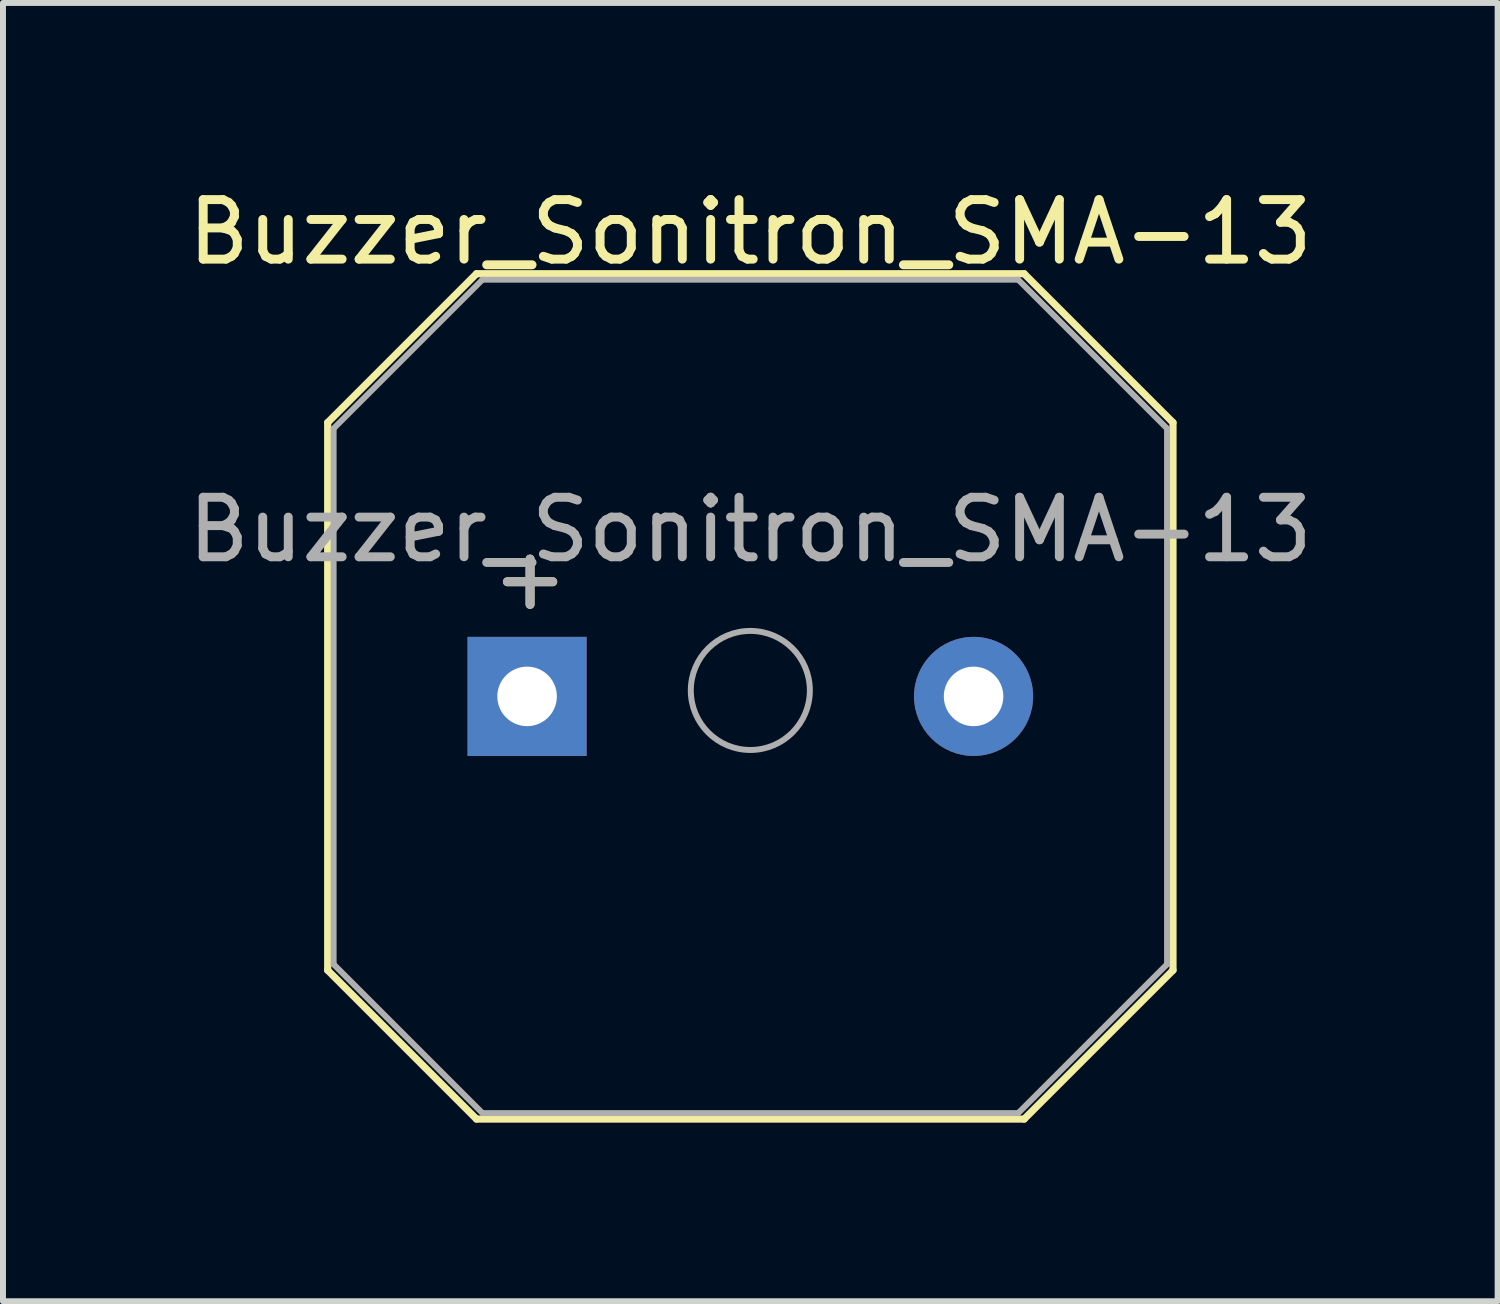
<source format=kicad_pcb>
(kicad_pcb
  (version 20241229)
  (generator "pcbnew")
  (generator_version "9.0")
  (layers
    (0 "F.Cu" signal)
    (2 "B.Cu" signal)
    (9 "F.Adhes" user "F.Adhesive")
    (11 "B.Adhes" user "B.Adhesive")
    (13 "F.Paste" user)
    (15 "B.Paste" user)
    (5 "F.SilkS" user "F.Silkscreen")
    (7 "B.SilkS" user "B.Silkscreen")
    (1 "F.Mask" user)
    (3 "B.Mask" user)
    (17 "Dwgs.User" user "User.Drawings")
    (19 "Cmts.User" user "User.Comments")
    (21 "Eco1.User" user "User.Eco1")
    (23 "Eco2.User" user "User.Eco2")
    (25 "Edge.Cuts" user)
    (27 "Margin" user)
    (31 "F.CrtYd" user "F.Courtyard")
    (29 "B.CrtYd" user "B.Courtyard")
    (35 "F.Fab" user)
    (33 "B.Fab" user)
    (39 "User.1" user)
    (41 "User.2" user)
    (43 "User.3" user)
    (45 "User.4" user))
  (footprint "Buzzer_Sonitron_SMA-13"
    (layer "F.Cu")
    (at 9.554 8.648)
    (property "Reference" "Buzzer_Sonitron_SMA-13" (at 0 -7.8 0) (unlocked yes) (layer "F.SilkS") (effects (font (size 1 1) (thickness 0.15))))
    (attr through_hole)
    (fp_line (start -7.1 -4.6) (end -7.1 4.6) (stroke (width 0.12) (type solid)) (layer "F.SilkS"))
    (fp_line (start -7.1 -4.6) (end -4.6 -7.1) (stroke (width 0.12) (type solid)) (layer "F.SilkS"))
    (fp_line (start -4.6 7.1) (end -7.1 4.6) (stroke (width 0.12) (type solid)) (layer "F.SilkS"))
    (fp_line (start -4.6 7.1) (end 4.6 7.1) (stroke (width 0.12) (type solid)) (layer "F.SilkS"))
    (fp_line (start 4.6 -7.1) (end -4.6 -7.1) (stroke (width 0.12) (type solid)) (layer "F.SilkS"))
    (fp_line (start 4.6 -7.1) (end 7.1 -4.6) (stroke (width 0.12) (type solid)) (layer "F.SilkS"))
    (fp_line (start 7.1 4.6) (end 4.6 7.1) (stroke (width 0.12) (type solid)) (layer "F.SilkS"))
    (fp_line (start 7.1 4.6) (end 7.1 -4.6) (stroke (width 0.12) (type solid)) (layer "F.SilkS"))
    (fp_line (start -7 -4.5) (end -4.5 -7) (stroke (width 0.1) (type solid)) (layer "F.Fab"))
    (fp_line (start -7 4.5) (end -7 -4.5) (stroke (width 0.1) (type solid)) (layer "F.Fab"))
    (fp_line (start -4.5 -7) (end 4.5 -7) (stroke (width 0.1) (type solid)) (layer "F.Fab"))
    (fp_line (start -4.5 7) (end -7 4.5) (stroke (width 0.1) (type solid)) (layer "F.Fab"))
    (fp_line (start 4.5 -7) (end 7 -4.5) (stroke (width 0.1) (type solid)) (layer "F.Fab"))
    (fp_line (start 4.5 7) (end -4.5 7) (stroke (width 0.1) (type solid)) (layer "F.Fab"))
    (fp_line (start 7 -4.5) (end 7 4.5) (stroke (width 0.1) (type solid)) (layer "F.Fab"))
    (fp_line (start 7 4.5) (end 4.5 7) (stroke (width 0.1) (type solid)) (layer "F.Fab"))
    (fp_circle (center 0 -0.1) (end 1 -0.1) (stroke (width 0.1) (type solid)) (fill no) (layer "F.Fab"))
    (fp_text user "+" (at -3.7 -2 0) (layer "F.SilkS") (effects (font (size 1 1) (thickness 0.15))))
    (fp_text user "+" (at -3.7 -2 0) (layer "F.Fab") (effects (font (size 1 1) (thickness 0.15))))
    (fp_text user "${REFERENCE}" (at 0 -2.8 0) (unlocked yes) (layer "F.Fab") (effects (font (size 1 1) (thickness 0.15))))
    (pad "1" thru_hole rect (at -3.75 0) (size 2 2) (drill 1) (layers "*.Cu" "*.Mask"))
    (pad "2" thru_hole circle (at 3.75 0) (size 2 2) (drill 1) (layers "*.Cu" "*.Mask")))
  (gr_rect
    (start -3 -3)
    (end 22.107 18.808)
    (stroke (width 0.1) (type default))
    (fill no)
    (layer "Edge.Cuts")))
</source>
